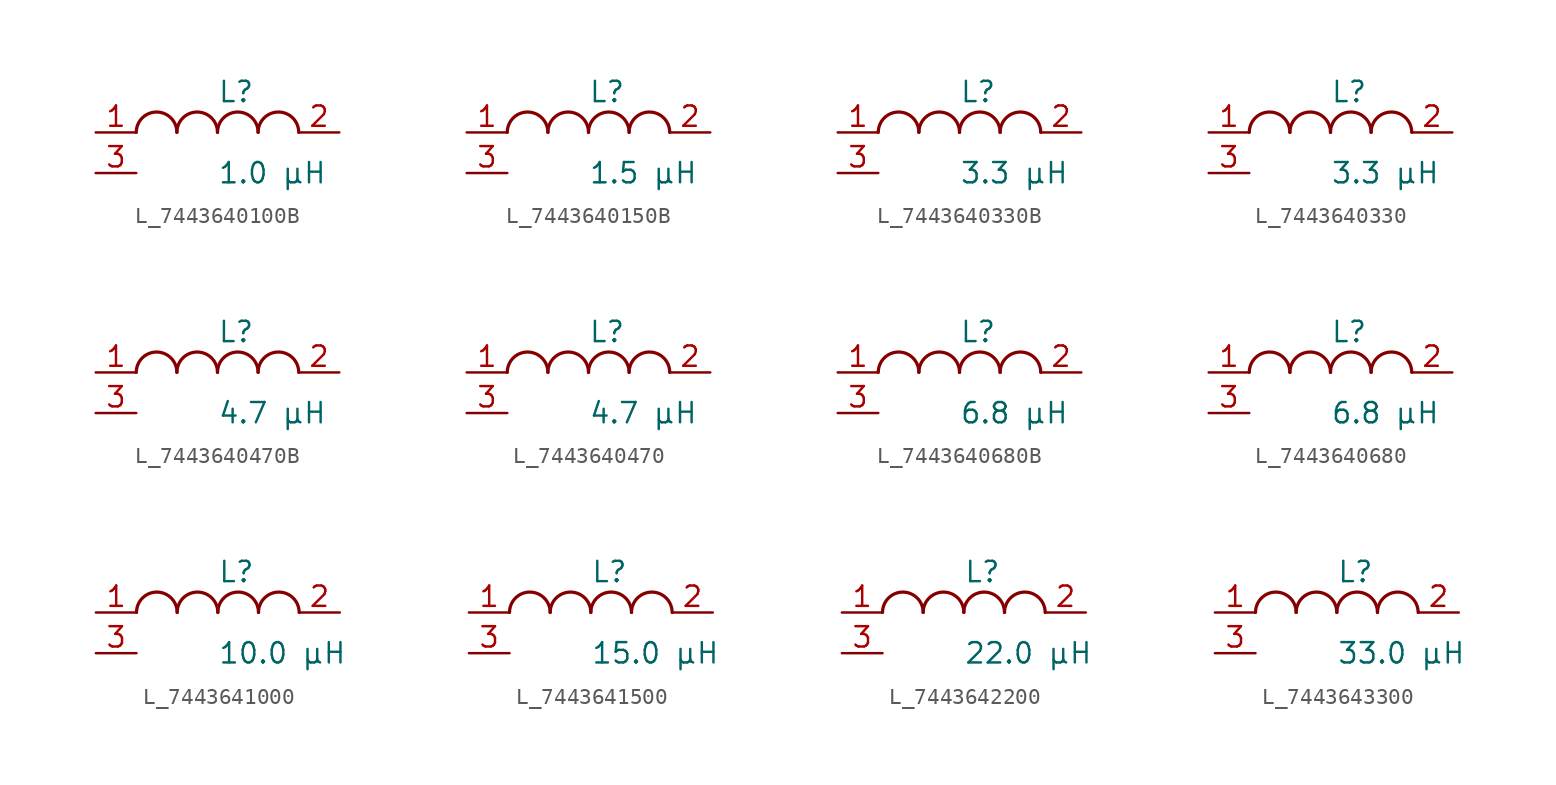
<source format=kicad_sym>
(kicad_symbol_lib
  (version 20231120)
  (generator kicad_symbol_editor)
  (generator_version 8.0)
  (symbol "L_7443640100B"
    (pin_names
      (offset 0.254))
    (property "Reference" "L"
      (at 0 2.54 0)
      (effects (font (size 1.27 1.27)) (justify left)))
    (property "Value" "1.0 µH"
      (at 0 -2.54 0)
      (effects (font (size 1.27 1.27)) (justify left)))
    (symbol "L_7443640100B_1_1"
      (arc (start -2.54 0.0056) (mid -3.81 1.27) (end -5.08 0.0056) (stroke (width 0.2032) (type default)) (fill (type none)))
      (arc (start 0 0.0056) (mid -1.27 1.27) (end -2.54 0.0056) (stroke (width 0.2032) (type default)) (fill (type none)))
      (arc (start 2.54 0.0056) (mid 1.27 1.27) (end 0 0.0056) (stroke (width 0.2032) (type default)) (fill (type none)))
      (arc (start 5.08 0.0056) (mid 3.81 1.27) (end 2.54 0.0056) (stroke (width 0.2032) (type default)) (fill (type none)))
      (pin unspecified line (at -7.62 0 0) (length 2.54) (name "" (effects (font (size 1.27 1.27)))) (number "1" (effects (font (size 1.27 1.27)))))
      (pin unspecified line (at 7.62 0 180) (length 2.54) (name "" (effects (font (size 1.27 1.27)))) (number "2" (effects (font (size 1.27 1.27)))))
      (pin passive line (at -7.62 -2.54 0) (length 2.54) (name "" (effects (font (size 1.27 1.27)))) (number "3" (effects (font (size 1.27 1.27)))))))
  (symbol "L_7443640150B"
    (pin_names
      (offset 0.254))
    (property "Reference" "L"
      (at 0 2.54 0)
      (effects (font (size 1.27 1.27)) (justify left)))
    (property "Value" "1.5 µH"
      (at 0 -2.54 0)
      (effects (font (size 1.27 1.27)) (justify left)))
    (symbol "L_7443640150B_1_1"
      (arc (start -2.54 0.0056) (mid -3.81 1.27) (end -5.08 0.0056) (stroke (width 0.2032) (type default)) (fill (type none)))
      (arc (start 0 0.0056) (mid -1.27 1.27) (end -2.54 0.0056) (stroke (width 0.2032) (type default)) (fill (type none)))
      (arc (start 2.54 0.0056) (mid 1.27 1.27) (end 0 0.0056) (stroke (width 0.2032) (type default)) (fill (type none)))
      (arc (start 5.08 0.0056) (mid 3.81 1.27) (end 2.54 0.0056) (stroke (width 0.2032) (type default)) (fill (type none)))
      (pin unspecified line (at -7.62 0 0) (length 2.54) (name "" (effects (font (size 1.27 1.27)))) (number "1" (effects (font (size 1.27 1.27)))))
      (pin unspecified line (at 7.62 0 180) (length 2.54) (name "" (effects (font (size 1.27 1.27)))) (number "2" (effects (font (size 1.27 1.27)))))
      (pin passive line (at -7.62 -2.54 0) (length 2.54) (name "" (effects (font (size 1.27 1.27)))) (number "3" (effects (font (size 1.27 1.27)))))))
  (symbol "L_7443640330B"
    (pin_names
      (offset 0.254))
    (property "Reference" "L"
      (at 0 2.54 0)
      (effects (font (size 1.27 1.27)) (justify left)))
    (property "Value" "3.3 µH"
      (at 0 -2.54 0)
      (effects (font (size 1.27 1.27)) (justify left)))
    (symbol "L_7443640330B_1_1"
      (arc (start -2.54 0.0056) (mid -3.81 1.27) (end -5.08 0.0056) (stroke (width 0.2032) (type default)) (fill (type none)))
      (arc (start 0 0.0056) (mid -1.27 1.27) (end -2.54 0.0056) (stroke (width 0.2032) (type default)) (fill (type none)))
      (arc (start 2.54 0.0056) (mid 1.27 1.27) (end 0 0.0056) (stroke (width 0.2032) (type default)) (fill (type none)))
      (arc (start 5.08 0.0056) (mid 3.81 1.27) (end 2.54 0.0056) (stroke (width 0.2032) (type default)) (fill (type none)))
      (pin unspecified line (at -7.62 0 0) (length 2.54) (name "" (effects (font (size 1.27 1.27)))) (number "1" (effects (font (size 1.27 1.27)))))
      (pin unspecified line (at 7.62 0 180) (length 2.54) (name "" (effects (font (size 1.27 1.27)))) (number "2" (effects (font (size 1.27 1.27)))))
      (pin passive line (at -7.62 -2.54 0) (length 2.54) (name "" (effects (font (size 1.27 1.27)))) (number "3" (effects (font (size 1.27 1.27)))))))
  (symbol "L_7443640330"
    (pin_names
      (offset 0.254))
    (property "Reference" "L"
      (at 0 2.54 0)
      (effects (font (size 1.27 1.27)) (justify left)))
    (property "Value" "3.3 µH"
      (at 0 -2.54 0)
      (effects (font (size 1.27 1.27)) (justify left)))
    (symbol "L_7443640330_1_1"
      (arc (start -2.54 0.0056) (mid -3.81 1.27) (end -5.08 0.0056) (stroke (width 0.2032) (type default)) (fill (type none)))
      (arc (start 0 0.0056) (mid -1.27 1.27) (end -2.54 0.0056) (stroke (width 0.2032) (type default)) (fill (type none)))
      (arc (start 2.54 0.0056) (mid 1.27 1.27) (end 0 0.0056) (stroke (width 0.2032) (type default)) (fill (type none)))
      (arc (start 5.08 0.0056) (mid 3.81 1.27) (end 2.54 0.0056) (stroke (width 0.2032) (type default)) (fill (type none)))
      (pin unspecified line (at -7.62 0 0) (length 2.54) (name "" (effects (font (size 1.27 1.27)))) (number "1" (effects (font (size 1.27 1.27)))))
      (pin unspecified line (at 7.62 0 180) (length 2.54) (name "" (effects (font (size 1.27 1.27)))) (number "2" (effects (font (size 1.27 1.27)))))
      (pin passive line (at -7.62 -2.54 0) (length 2.54) (name "" (effects (font (size 1.27 1.27)))) (number "3" (effects (font (size 1.27 1.27)))))))
  (symbol "L_7443640470B"
    (pin_names
      (offset 0.254))
    (property "Reference" "L"
      (at 0 2.54 0)
      (effects (font (size 1.27 1.27)) (justify left)))
    (property "Value" "4.7 µH"
      (at 0 -2.54 0)
      (effects (font (size 1.27 1.27)) (justify left)))
    (symbol "L_7443640470B_1_1"
      (arc (start -2.54 0.0056) (mid -3.81 1.27) (end -5.08 0.0056) (stroke (width 0.2032) (type default)) (fill (type none)))
      (arc (start 0 0.0056) (mid -1.27 1.27) (end -2.54 0.0056) (stroke (width 0.2032) (type default)) (fill (type none)))
      (arc (start 2.54 0.0056) (mid 1.27 1.27) (end 0 0.0056) (stroke (width 0.2032) (type default)) (fill (type none)))
      (arc (start 5.08 0.0056) (mid 3.81 1.27) (end 2.54 0.0056) (stroke (width 0.2032) (type default)) (fill (type none)))
      (pin unspecified line (at -7.62 0 0) (length 2.54) (name "" (effects (font (size 1.27 1.27)))) (number "1" (effects (font (size 1.27 1.27)))))
      (pin unspecified line (at 7.62 0 180) (length 2.54) (name "" (effects (font (size 1.27 1.27)))) (number "2" (effects (font (size 1.27 1.27)))))
      (pin passive line (at -7.62 -2.54 0) (length 2.54) (name "" (effects (font (size 1.27 1.27)))) (number "3" (effects (font (size 1.27 1.27)))))))
  (symbol "L_7443640470"
    (pin_names
      (offset 0.254))
    (property "Reference" "L"
      (at 0 2.54 0)
      (effects (font (size 1.27 1.27)) (justify left)))
    (property "Value" "4.7 µH"
      (at 0 -2.54 0)
      (effects (font (size 1.27 1.27)) (justify left)))
    (symbol "L_7443640470_1_1"
      (arc (start -2.54 0.0056) (mid -3.81 1.27) (end -5.08 0.0056) (stroke (width 0.2032) (type default)) (fill (type none)))
      (arc (start 0 0.0056) (mid -1.27 1.27) (end -2.54 0.0056) (stroke (width 0.2032) (type default)) (fill (type none)))
      (arc (start 2.54 0.0056) (mid 1.27 1.27) (end 0 0.0056) (stroke (width 0.2032) (type default)) (fill (type none)))
      (arc (start 5.08 0.0056) (mid 3.81 1.27) (end 2.54 0.0056) (stroke (width 0.2032) (type default)) (fill (type none)))
      (pin unspecified line (at -7.62 0 0) (length 2.54) (name "" (effects (font (size 1.27 1.27)))) (number "1" (effects (font (size 1.27 1.27)))))
      (pin unspecified line (at 7.62 0 180) (length 2.54) (name "" (effects (font (size 1.27 1.27)))) (number "2" (effects (font (size 1.27 1.27)))))
      (pin passive line (at -7.62 -2.54 0) (length 2.54) (name "" (effects (font (size 1.27 1.27)))) (number "3" (effects (font (size 1.27 1.27)))))))
  (symbol "L_7443640680B"
    (pin_names
      (offset 0.254))
    (property "Reference" "L"
      (at 0 2.54 0)
      (effects (font (size 1.27 1.27)) (justify left)))
    (property "Value" "6.8 µH"
      (at 0 -2.54 0)
      (effects (font (size 1.27 1.27)) (justify left)))
    (symbol "L_7443640680B_1_1"
      (arc (start -2.54 0.0056) (mid -3.81 1.27) (end -5.08 0.0056) (stroke (width 0.2032) (type default)) (fill (type none)))
      (arc (start 0 0.0056) (mid -1.27 1.27) (end -2.54 0.0056) (stroke (width 0.2032) (type default)) (fill (type none)))
      (arc (start 2.54 0.0056) (mid 1.27 1.27) (end 0 0.0056) (stroke (width 0.2032) (type default)) (fill (type none)))
      (arc (start 5.08 0.0056) (mid 3.81 1.27) (end 2.54 0.0056) (stroke (width 0.2032) (type default)) (fill (type none)))
      (pin unspecified line (at -7.62 0 0) (length 2.54) (name "" (effects (font (size 1.27 1.27)))) (number "1" (effects (font (size 1.27 1.27)))))
      (pin unspecified line (at 7.62 0 180) (length 2.54) (name "" (effects (font (size 1.27 1.27)))) (number "2" (effects (font (size 1.27 1.27)))))
      (pin passive line (at -7.62 -2.54 0) (length 2.54) (name "" (effects (font (size 1.27 1.27)))) (number "3" (effects (font (size 1.27 1.27)))))))
  (symbol "L_7443640680"
    (pin_names
      (offset 0.254))
    (property "Reference" "L"
      (at 0 2.54 0)
      (effects (font (size 1.27 1.27)) (justify left)))
    (property "Value" "6.8 µH"
      (at 0 -2.54 0)
      (effects (font (size 1.27 1.27)) (justify left)))
    (symbol "L_7443640680_1_1"
      (arc (start -2.54 0.0056) (mid -3.81 1.27) (end -5.08 0.0056) (stroke (width 0.2032) (type default)) (fill (type none)))
      (arc (start 0 0.0056) (mid -1.27 1.27) (end -2.54 0.0056) (stroke (width 0.2032) (type default)) (fill (type none)))
      (arc (start 2.54 0.0056) (mid 1.27 1.27) (end 0 0.0056) (stroke (width 0.2032) (type default)) (fill (type none)))
      (arc (start 5.08 0.0056) (mid 3.81 1.27) (end 2.54 0.0056) (stroke (width 0.2032) (type default)) (fill (type none)))
      (pin unspecified line (at -7.62 0 0) (length 2.54) (name "" (effects (font (size 1.27 1.27)))) (number "1" (effects (font (size 1.27 1.27)))))
      (pin unspecified line (at 7.62 0 180) (length 2.54) (name "" (effects (font (size 1.27 1.27)))) (number "2" (effects (font (size 1.27 1.27)))))
      (pin passive line (at -7.62 -2.54 0) (length 2.54) (name "" (effects (font (size 1.27 1.27)))) (number "3" (effects (font (size 1.27 1.27)))))))
  (symbol "L_7443641000"
    (pin_names
      (offset 0.254))
    (property "Reference" "L"
      (at 0 2.54 0)
      (effects (font (size 1.27 1.27)) (justify left)))
    (property "Value" "10.0 µH"
      (at 0 -2.54 0)
      (effects (font (size 1.27 1.27)) (justify left)))
    (symbol "L_7443641000_1_1"
      (arc (start -2.54 0.0056) (mid -3.81 1.27) (end -5.08 0.0056) (stroke (width 0.2032) (type default)) (fill (type none)))
      (arc (start 0 0.0056) (mid -1.27 1.27) (end -2.54 0.0056) (stroke (width 0.2032) (type default)) (fill (type none)))
      (arc (start 2.54 0.0056) (mid 1.27 1.27) (end 0 0.0056) (stroke (width 0.2032) (type default)) (fill (type none)))
      (arc (start 5.08 0.0056) (mid 3.81 1.27) (end 2.54 0.0056) (stroke (width 0.2032) (type default)) (fill (type none)))
      (pin unspecified line (at -7.62 0 0) (length 2.54) (name "" (effects (font (size 1.27 1.27)))) (number "1" (effects (font (size 1.27 1.27)))))
      (pin unspecified line (at 7.62 0 180) (length 2.54) (name "" (effects (font (size 1.27 1.27)))) (number "2" (effects (font (size 1.27 1.27)))))
      (pin passive line (at -7.62 -2.54 0) (length 2.54) (name "" (effects (font (size 1.27 1.27)))) (number "3" (effects (font (size 1.27 1.27)))))))
  (symbol "L_7443641500"
    (pin_names
      (offset 0.254))
    (property "Reference" "L"
      (at 0 2.54 0)
      (effects (font (size 1.27 1.27)) (justify left)))
    (property "Value" "15.0 µH"
      (at 0 -2.54 0)
      (effects (font (size 1.27 1.27)) (justify left)))
    (symbol "L_7443641500_1_1"
      (arc (start -2.54 0.0056) (mid -3.81 1.27) (end -5.08 0.0056) (stroke (width 0.2032) (type default)) (fill (type none)))
      (arc (start 0 0.0056) (mid -1.27 1.27) (end -2.54 0.0056) (stroke (width 0.2032) (type default)) (fill (type none)))
      (arc (start 2.54 0.0056) (mid 1.27 1.27) (end 0 0.0056) (stroke (width 0.2032) (type default)) (fill (type none)))
      (arc (start 5.08 0.0056) (mid 3.81 1.27) (end 2.54 0.0056) (stroke (width 0.2032) (type default)) (fill (type none)))
      (pin unspecified line (at -7.62 0 0) (length 2.54) (name "" (effects (font (size 1.27 1.27)))) (number "1" (effects (font (size 1.27 1.27)))))
      (pin unspecified line (at 7.62 0 180) (length 2.54) (name "" (effects (font (size 1.27 1.27)))) (number "2" (effects (font (size 1.27 1.27)))))
      (pin passive line (at -7.62 -2.54 0) (length 2.54) (name "" (effects (font (size 1.27 1.27)))) (number "3" (effects (font (size 1.27 1.27)))))))
  (symbol "L_7443642200"
    (pin_names
      (offset 0.254))
    (property "Reference" "L"
      (at 0 2.54 0)
      (effects (font (size 1.27 1.27)) (justify left)))
    (property "Value" "22.0 µH"
      (at 0 -2.54 0)
      (effects (font (size 1.27 1.27)) (justify left)))
    (symbol "L_7443642200_1_1"
      (arc (start -2.54 0.0056) (mid -3.81 1.27) (end -5.08 0.0056) (stroke (width 0.2032) (type default)) (fill (type none)))
      (arc (start 0 0.0056) (mid -1.27 1.27) (end -2.54 0.0056) (stroke (width 0.2032) (type default)) (fill (type none)))
      (arc (start 2.54 0.0056) (mid 1.27 1.27) (end 0 0.0056) (stroke (width 0.2032) (type default)) (fill (type none)))
      (arc (start 5.08 0.0056) (mid 3.81 1.27) (end 2.54 0.0056) (stroke (width 0.2032) (type default)) (fill (type none)))
      (pin unspecified line (at -7.62 0 0) (length 2.54) (name "" (effects (font (size 1.27 1.27)))) (number "1" (effects (font (size 1.27 1.27)))))
      (pin unspecified line (at 7.62 0 180) (length 2.54) (name "" (effects (font (size 1.27 1.27)))) (number "2" (effects (font (size 1.27 1.27)))))
      (pin passive line (at -7.62 -2.54 0) (length 2.54) (name "" (effects (font (size 1.27 1.27)))) (number "3" (effects (font (size 1.27 1.27)))))))
  (symbol "L_7443643300"
    (pin_names
      (offset 0.254))
    (property "Reference" "L"
      (at 0 2.54 0)
      (effects (font (size 1.27 1.27)) (justify left)))
    (property "Value" "33.0 µH"
      (at 0 -2.54 0)
      (effects (font (size 1.27 1.27)) (justify left)))
    (symbol "L_7443643300_1_1"
      (arc (start -2.54 0.0056) (mid -3.81 1.27) (end -5.08 0.0056) (stroke (width 0.2032) (type default)) (fill (type none)))
      (arc (start 0 0.0056) (mid -1.27 1.27) (end -2.54 0.0056) (stroke (width 0.2032) (type default)) (fill (type none)))
      (arc (start 2.54 0.0056) (mid 1.27 1.27) (end 0 0.0056) (stroke (width 0.2032) (type default)) (fill (type none)))
      (arc (start 5.08 0.0056) (mid 3.81 1.27) (end 2.54 0.0056) (stroke (width 0.2032) (type default)) (fill (type none)))
      (pin unspecified line (at -7.62 0 0) (length 2.54) (name "" (effects (font (size 1.27 1.27)))) (number "1" (effects (font (size 1.27 1.27)))))
      (pin unspecified line (at 7.62 0 180) (length 2.54) (name "" (effects (font (size 1.27 1.27)))) (number "2" (effects (font (size 1.27 1.27)))))
      (pin passive line (at -7.62 -2.54 0) (length 2.54) (name "" (effects (font (size 1.27 1.27)))) (number "3" (effects (font (size 1.27 1.27))))))))
</source>
